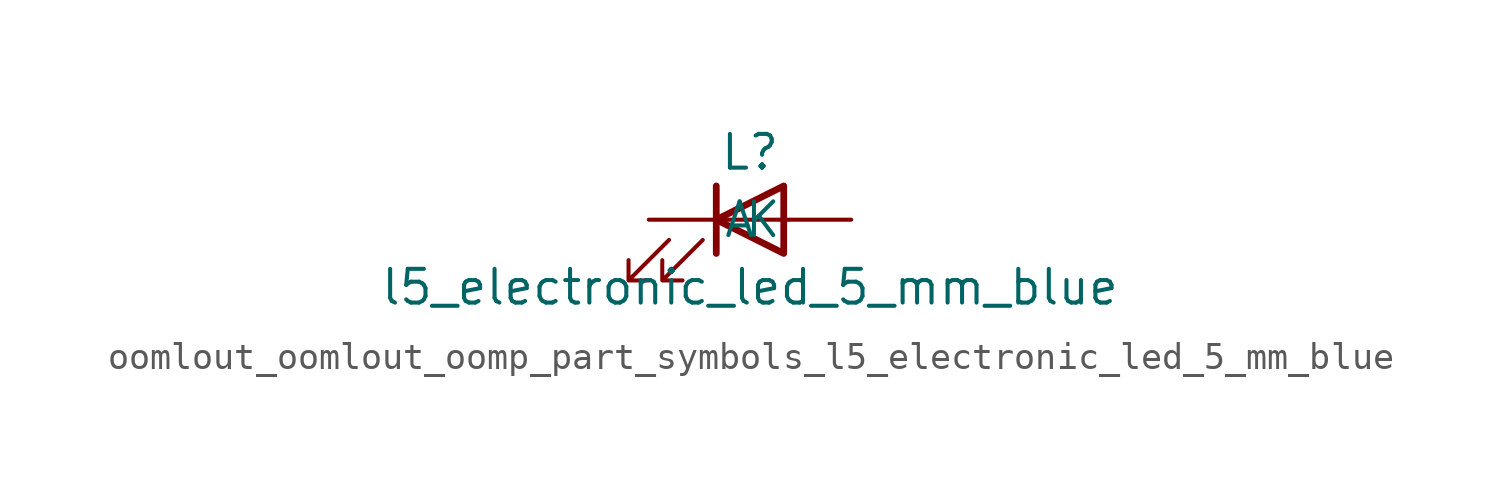
<source format=kicad_sym>
(kicad_symbol_lib
  (version 20220914)
  (generator kicad_symbol_editor)
  (symbol "oomlout_oomlout_oomp_part_symbols_l5_electronic_led_5_mm_blue"
    (pin_numbers hide)
    (pin_names
      (offset 1.016))
    (property "Reference" "L"
      (at 0 2.54 0)
      (effects (font (size 1.27 1.27))))
    (property "Value" "l5_electronic_led_5_mm_blue"
      (at 0 -2.54 0)
      (effects (font (size 1.27 1.27))))
    (symbol "oomlout_oomlout_oomp_part_symbols_l5_electronic_led_5_mm_blue_0_1"
      (polyline (pts (xy -1.27 -1.27) (xy -1.27 1.27)) (stroke (width 0.254) (type default)) (fill (type none)))
      (polyline (pts (xy -1.27 0) (xy 1.27 0)) (stroke (width 0) (type default)) (fill (type none)))
      (polyline (pts (xy 1.27 -1.27) (xy 1.27 1.27) (xy -1.27 0) (xy 1.27 -1.27)) (stroke (width 0.254) (type default)) (fill (type none)))
      (polyline (pts (xy -3.048 -0.762) (xy -4.572 -2.286) (xy -3.81 -2.286) (xy -4.572 -2.286) (xy -4.572 -1.524)) (stroke (width 0) (type default)) (fill (type none)))
      (polyline (pts (xy -1.778 -0.762) (xy -3.302 -2.286) (xy -2.54 -2.286) (xy -3.302 -2.286) (xy -3.302 -1.524)) (stroke (width 0) (type default)) (fill (type none))))
    (symbol "oomlout_oomlout_oomp_part_symbols_l5_electronic_led_5_mm_blue_1_1"
      (pin passive line (at -3.81 0 0) (length 2.54) (name "K" (effects (font (size 1.27 1.27)))) (number "1" (effects (font (size 1.27 1.27)))))
      (pin passive line (at 3.81 0 180) (length 2.54) (name "A" (effects (font (size 1.27 1.27)))) (number "2" (effects (font (size 1.27 1.27))))))))
</source>
